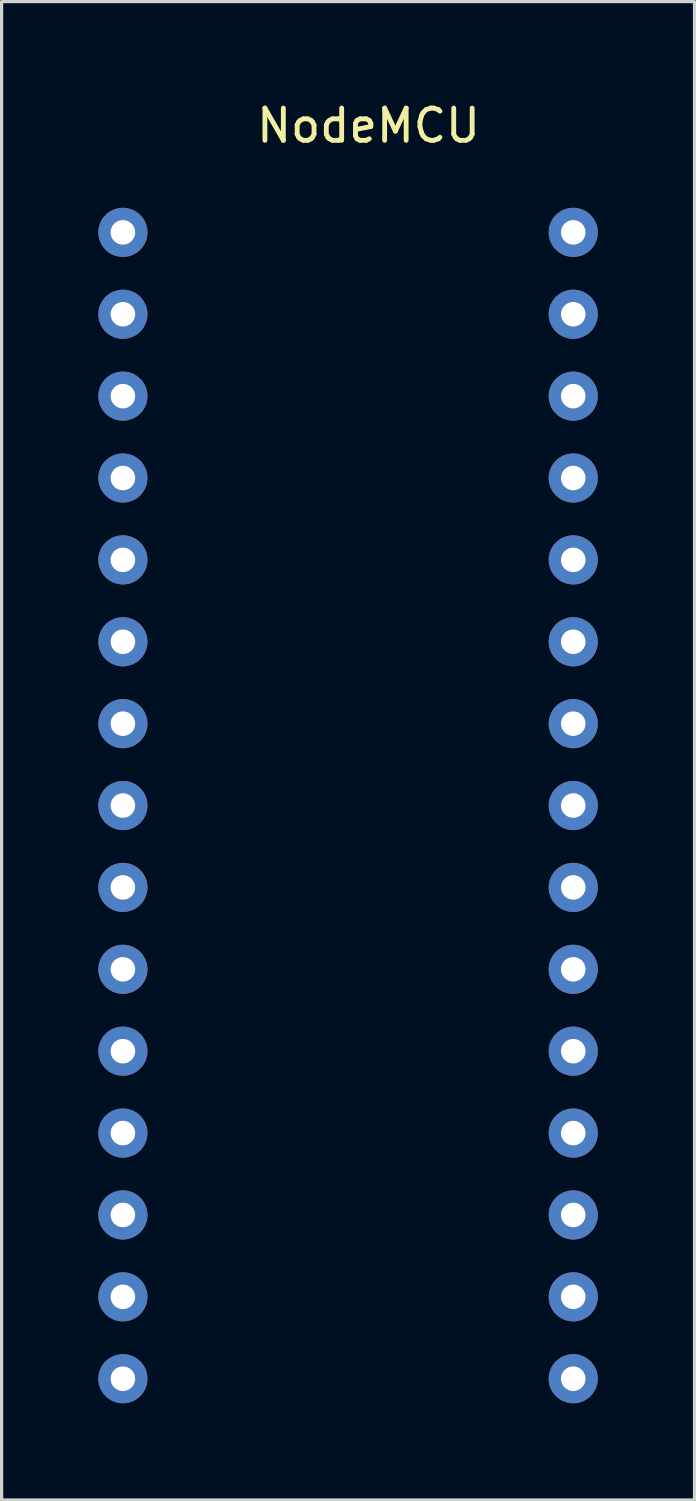
<source format=kicad_pcb>
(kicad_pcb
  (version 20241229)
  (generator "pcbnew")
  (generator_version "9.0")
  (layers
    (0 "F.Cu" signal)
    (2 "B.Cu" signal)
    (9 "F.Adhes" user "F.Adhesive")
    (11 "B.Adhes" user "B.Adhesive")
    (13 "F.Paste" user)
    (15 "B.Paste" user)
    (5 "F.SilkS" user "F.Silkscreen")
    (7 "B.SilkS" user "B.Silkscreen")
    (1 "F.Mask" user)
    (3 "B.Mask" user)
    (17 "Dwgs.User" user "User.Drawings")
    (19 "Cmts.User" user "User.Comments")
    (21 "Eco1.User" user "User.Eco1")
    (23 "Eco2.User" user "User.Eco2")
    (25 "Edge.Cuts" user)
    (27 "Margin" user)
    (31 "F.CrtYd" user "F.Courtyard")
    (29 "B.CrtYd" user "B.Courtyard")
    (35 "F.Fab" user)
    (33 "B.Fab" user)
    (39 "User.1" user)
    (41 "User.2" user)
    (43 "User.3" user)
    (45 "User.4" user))
  (footprint "NodeMCU"
    (layer "F.Cu")
    (at 8.382 0.348)
    (property "Reference" "NodeMCU" (at 0 0.5 0) (layer "F.SilkS") (effects (font (size 1 1) (thickness 0.15))))
    (attr through_hole)
    (pad "a1" thru_hole circle (at -7.62 3.81) (size 1.524 1.524) (drill 0.762) (layers "*.Cu" "*.Mask"))
    (pad "a2" thru_hole circle (at -7.62 6.35) (size 1.524 1.524) (drill 0.762) (layers "*.Cu" "*.Mask"))
    (pad "a3" thru_hole circle (at -7.62 8.89) (size 1.524 1.524) (drill 0.762) (layers "*.Cu" "*.Mask"))
    (pad "a4" thru_hole circle (at -7.62 11.43) (size 1.524 1.524) (drill 0.762) (layers "*.Cu" "*.Mask"))
    (pad "a5" thru_hole circle (at -7.62 13.97) (size 1.524 1.524) (drill 0.762) (layers "*.Cu" "*.Mask"))
    (pad "a6" thru_hole circle (at -7.62 16.51) (size 1.524 1.524) (drill 0.762) (layers "*.Cu" "*.Mask"))
    (pad "a7" thru_hole circle (at -7.62 19.05) (size 1.524 1.524) (drill 0.762) (layers "*.Cu" "*.Mask"))
    (pad "a8" thru_hole circle (at -7.62 21.59) (size 1.524 1.524) (drill 0.762) (layers "*.Cu" "*.Mask"))
    (pad "a9" thru_hole circle (at -7.62 24.13) (size 1.524 1.524) (drill 0.762) (layers "*.Cu" "*.Mask"))
    (pad "a10" thru_hole circle (at -7.62 26.67) (size 1.524 1.524) (drill 0.762) (layers "*.Cu" "*.Mask"))
    (pad "a11" thru_hole circle (at -7.62 29.21) (size 1.524 1.524) (drill 0.762) (layers "*.Cu" "*.Mask"))
    (pad "a12" thru_hole circle (at -7.62 31.75) (size 1.524 1.524) (drill 0.762) (layers "*.Cu" "*.Mask"))
    (pad "a13" thru_hole circle (at -7.62 34.29) (size 1.524 1.524) (drill 0.762) (layers "*.Cu" "*.Mask"))
    (pad "a14" thru_hole circle (at -7.62 36.83) (size 1.524 1.524) (drill 0.762) (layers "*.Cu" "*.Mask"))
    (pad "a15" thru_hole circle (at -7.62 39.37) (size 1.524 1.524) (drill 0.762) (layers "*.Cu" "*.Mask"))
    (pad "b1" thru_hole circle (at 6.35 3.81) (size 1.524 1.524) (drill 0.762) (layers "*.Cu" "*.Mask"))
    (pad "b2" thru_hole circle (at 6.35 6.35) (size 1.524 1.524) (drill 0.762) (layers "*.Cu" "*.Mask"))
    (pad "b3" thru_hole circle (at 6.35 8.89) (size 1.524 1.524) (drill 0.762) (layers "*.Cu" "*.Mask"))
    (pad "b4" thru_hole circle (at 6.35 11.43) (size 1.524 1.524) (drill 0.762) (layers "*.Cu" "*.Mask"))
    (pad "b5" thru_hole circle (at 6.35 13.97) (size 1.524 1.524) (drill 0.762) (layers "*.Cu" "*.Mask"))
    (pad "b6" thru_hole circle (at 6.35 16.51) (size 1.524 1.524) (drill 0.762) (layers "*.Cu" "*.Mask"))
    (pad "b7" thru_hole circle (at 6.35 19.05) (size 1.524 1.524) (drill 0.762) (layers "*.Cu" "*.Mask"))
    (pad "b8" thru_hole circle (at 6.35 21.59) (size 1.524 1.524) (drill 0.762) (layers "*.Cu" "*.Mask"))
    (pad "b9" thru_hole circle (at 6.35 24.13) (size 1.524 1.524) (drill 0.762) (layers "*.Cu" "*.Mask"))
    (pad "b10" thru_hole circle (at 6.35 26.67) (size 1.524 1.524) (drill 0.762) (layers "*.Cu" "*.Mask"))
    (pad "b11" thru_hole circle (at 6.35 29.21) (size 1.524 1.524) (drill 0.762) (layers "*.Cu" "*.Mask"))
    (pad "b12" thru_hole circle (at 6.35 31.75) (size 1.524 1.524) (drill 0.762) (layers "*.Cu" "*.Mask"))
    (pad "b13" thru_hole circle (at 6.35 34.29) (size 1.524 1.524) (drill 0.762) (layers "*.Cu" "*.Mask"))
    (pad "b14" thru_hole circle (at 6.35 36.83) (size 1.524 1.524) (drill 0.762) (layers "*.Cu" "*.Mask"))
    (pad "b15" thru_hole circle (at 6.35 39.37) (size 1.524 1.524) (drill 0.762) (layers "*.Cu" "*.Mask")))
  (gr_rect
    (start -3 -3)
    (end 18.494 43.48)
    (stroke (width 0.1) (type default))
    (fill no)
    (layer "Edge.Cuts")))
</source>
